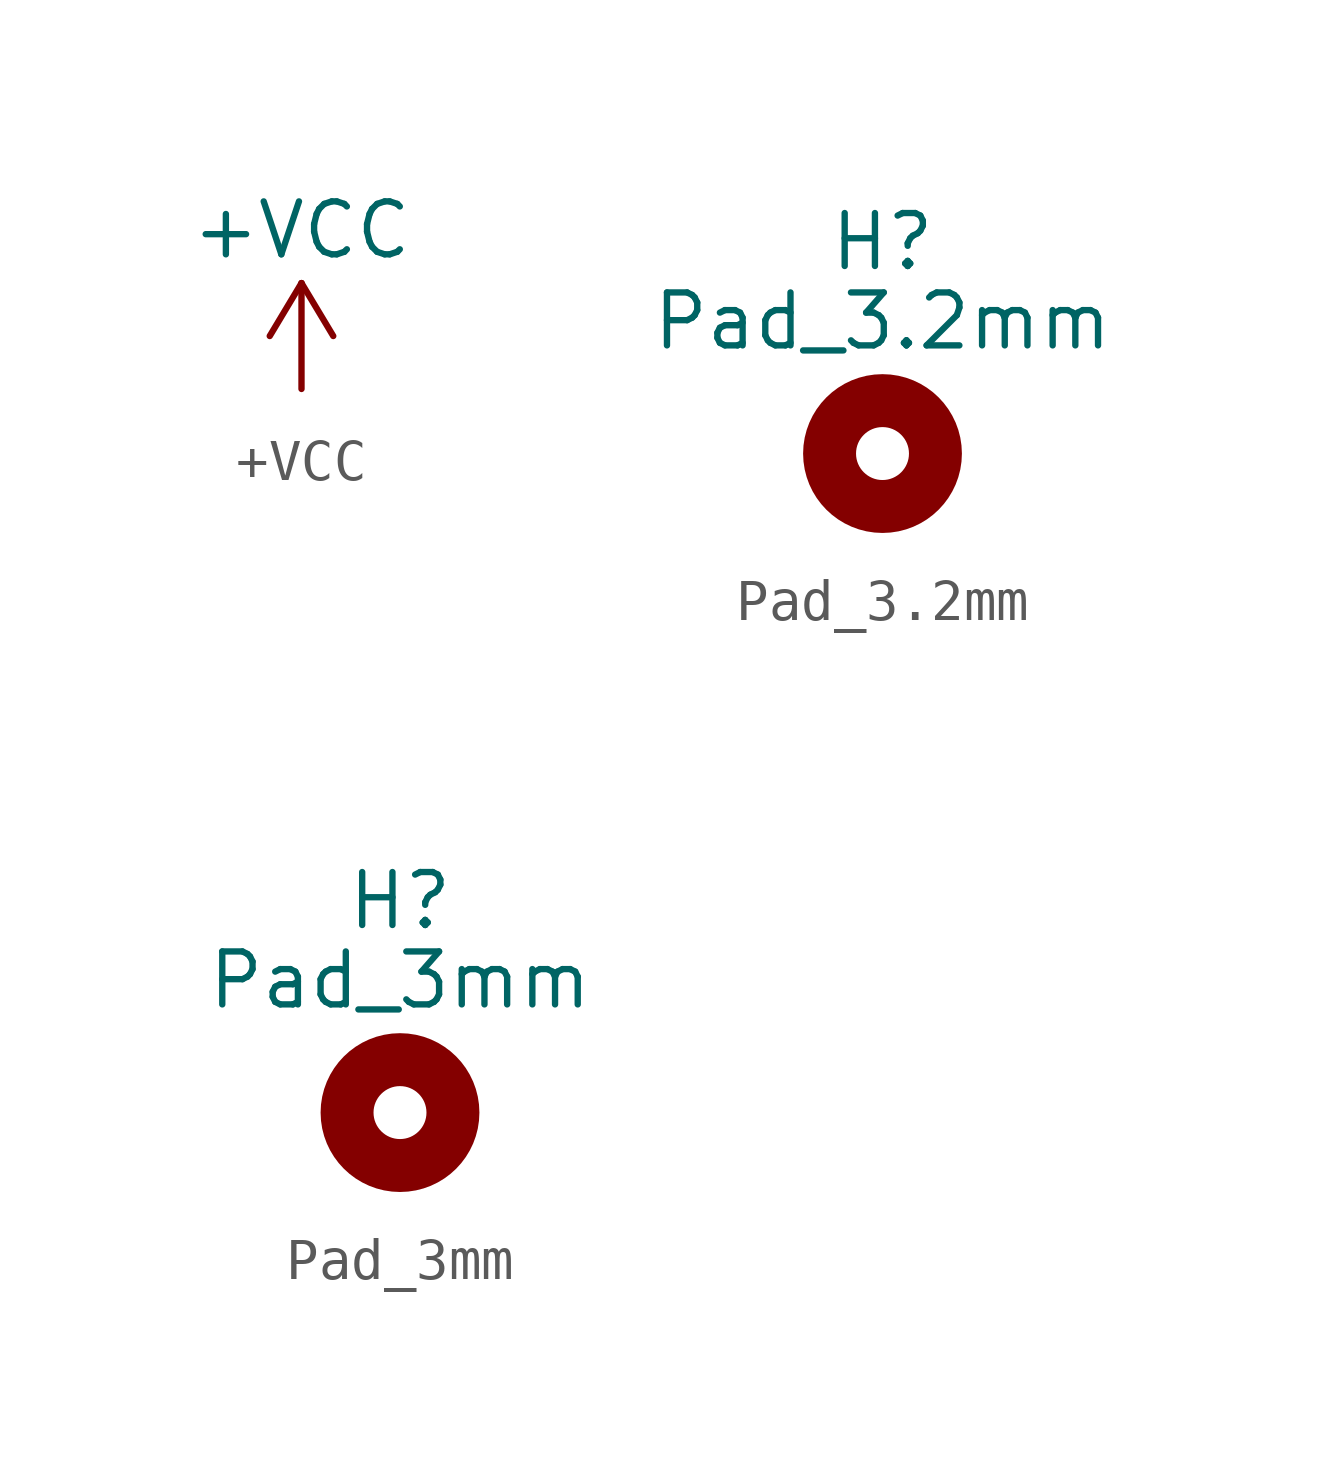
<source format=kicad_sym>
(kicad_symbol_lib
  (version 20211014)
  (generator kicad_symbol_editor)
  (symbol "+VCC"
    (power)
    (pin_names
      (offset 0))
    (property "Reference" "#PWR"
      (at 0 -3.81 0)
      (effects (font (size 1.27 1.27)) hide))
    (property "Value" "+VCC"
      (at 0 3.81 0)
      (effects (font (size 1.27 1.27))))
    (symbol "+VCC_0_1"
      (polyline (pts (xy -0.762 1.27) (xy 0 2.54)) (stroke (width 0) (type default) (color 0 0 0 0)) (fill (type none)))
      (polyline (pts (xy 0 0) (xy 0 2.54)) (stroke (width 0) (type default) (color 0 0 0 0)) (fill (type none)))
      (polyline (pts (xy 0 2.54) (xy 0.762 1.27)) (stroke (width 0) (type default) (color 0 0 0 0)) (fill (type none))))
    (symbol "+VCC_1_1"
      (pin power_in line (at 0 0 90) (length 0) hide (name "VCC" (effects (font (size 1.27 1.27)))) (number "1" (effects (font (size 1.27 1.27)))))))
  (symbol "Pad_3.2mm"
    (pin_names
      (offset 1.016))
    (property "Reference" "H"
      (at 0 5.08 0)
      (effects (font (size 1.27 1.27))))
    (property "Value" "Pad_3.2mm"
      (at 0 3.175 0)
      (effects (font (size 1.27 1.27))))
    (symbol "Pad_3.2mm_0_1"
      (circle (center 0 0) (radius 1.27) (stroke (width 1.27) (type default) (color 0 0 0 0)) (fill (type none)))))
  (symbol "Pad_3mm"
    (pin_names
      (offset 1.016))
    (property "Reference" "H"
      (at 0 5.08 0)
      (effects (font (size 1.27 1.27))))
    (property "Value" "Pad_3mm"
      (at 0 3.175 0)
      (effects (font (size 1.27 1.27))))
    (symbol "Pad_3mm_0_1"
      (circle (center 0 0) (radius 1.27) (stroke (width 1.27) (type default) (color 0 0 0 0)) (fill (type none))))))
</source>
